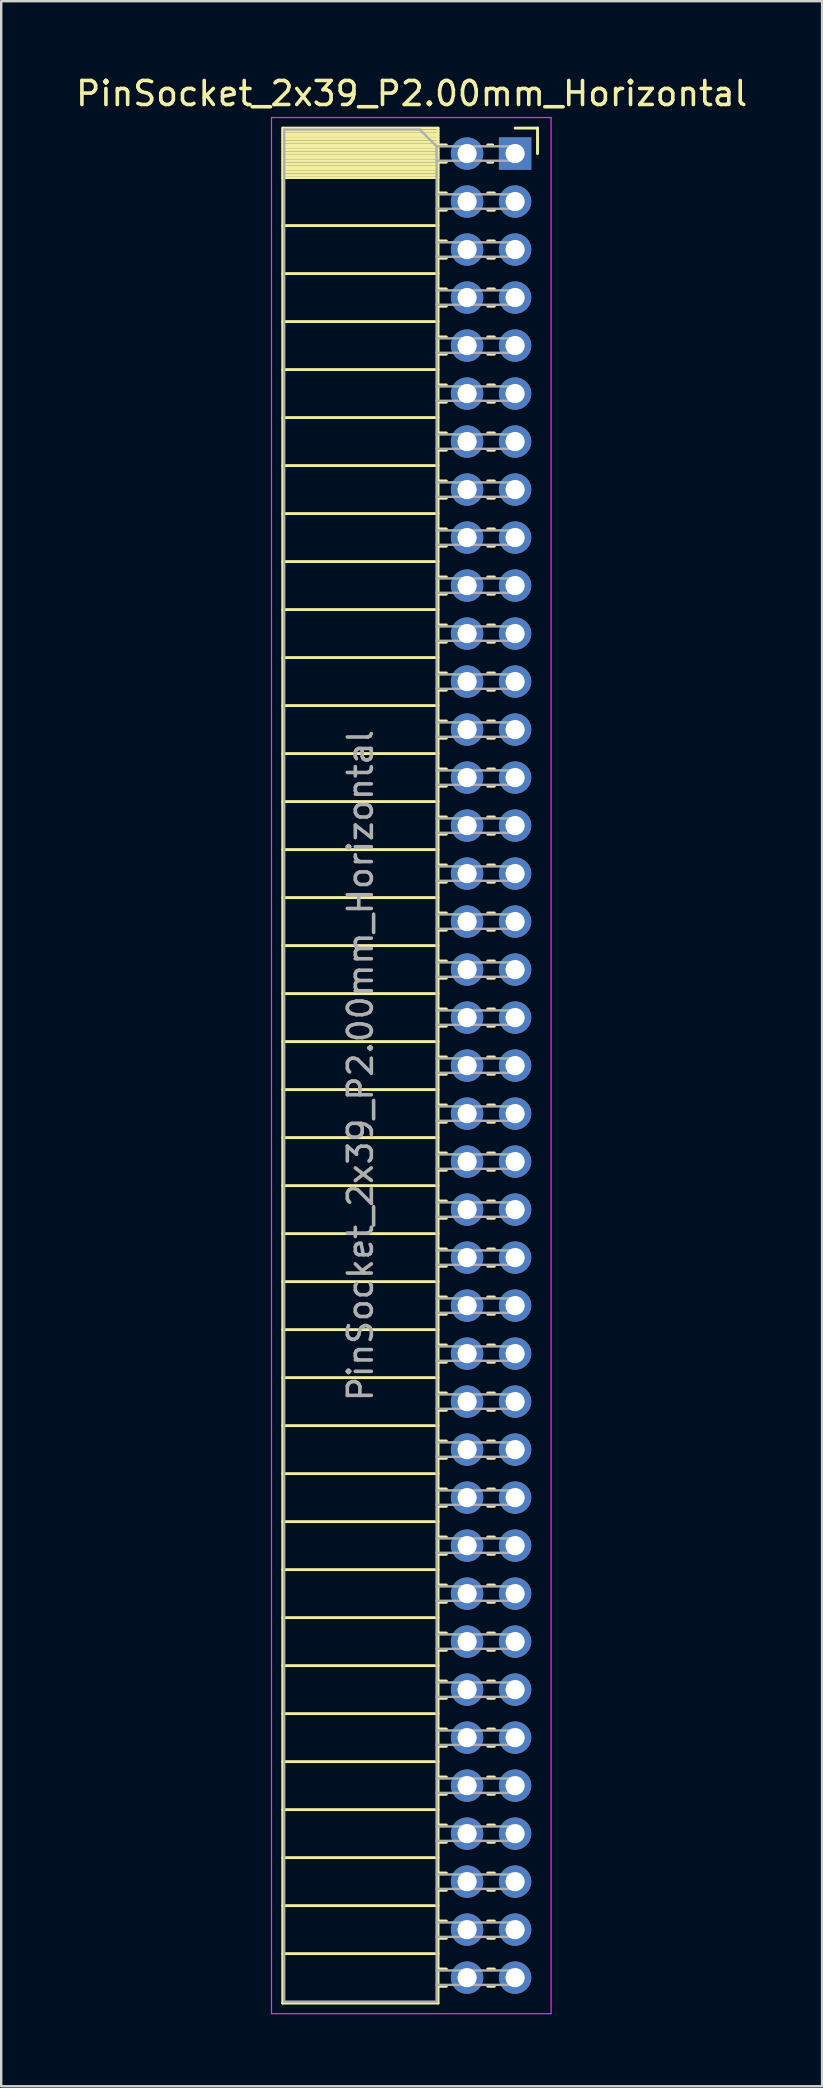
<source format=kicad_pcb>
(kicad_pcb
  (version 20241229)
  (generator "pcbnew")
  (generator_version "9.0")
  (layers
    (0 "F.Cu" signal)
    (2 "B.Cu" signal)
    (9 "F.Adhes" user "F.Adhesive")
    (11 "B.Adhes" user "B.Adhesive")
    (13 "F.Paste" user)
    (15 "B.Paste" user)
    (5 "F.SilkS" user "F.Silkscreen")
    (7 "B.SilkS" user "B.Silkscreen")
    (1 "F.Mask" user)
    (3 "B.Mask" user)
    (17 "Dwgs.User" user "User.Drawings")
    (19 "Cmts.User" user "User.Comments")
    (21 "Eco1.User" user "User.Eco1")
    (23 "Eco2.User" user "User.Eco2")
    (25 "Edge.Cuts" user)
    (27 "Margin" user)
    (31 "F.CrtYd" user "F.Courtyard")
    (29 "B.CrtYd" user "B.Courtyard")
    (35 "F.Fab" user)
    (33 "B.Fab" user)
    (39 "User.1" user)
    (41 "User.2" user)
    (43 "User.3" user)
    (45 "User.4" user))
  (footprint "PinSocket_2x39_P2.00mm_Horizontal"
    (layer "F.Cu")
    (at 18.411 3.348)
    (property "Reference" "PinSocket_2x39_P2.00mm_Horizontal" (at -4.31 -2.5 0) (layer "F.SilkS") (effects (font (size 1 1) (thickness 0.15))))
    (attr through_hole)
    (fp_line (start -9.68 -1.06) (end -9.68 77.06) (stroke (width 0.12) (type solid)) (layer "F.SilkS"))
    (fp_line (start -9.68 -1.06) (end -3.21 -1.06) (stroke (width 0.12) (type solid)) (layer "F.SilkS"))
    (fp_line (start -9.68 -0.94) (end -3.21 -0.94) (stroke (width 0.12) (type solid)) (layer "F.SilkS"))
    (fp_line (start -9.68 -0.826) (end -3.21 -0.826) (stroke (width 0.12) (type solid)) (layer "F.SilkS"))
    (fp_line (start -9.68 -0.712) (end -3.21 -0.712) (stroke (width 0.12) (type solid)) (layer "F.SilkS"))
    (fp_line (start -9.68 -0.598) (end -3.21 -0.598) (stroke (width 0.12) (type solid)) (layer "F.SilkS"))
    (fp_line (start -9.68 -0.484) (end -3.21 -0.484) (stroke (width 0.12) (type solid)) (layer "F.SilkS"))
    (fp_line (start -9.68 -0.369) (end -3.21 -0.369) (stroke (width 0.12) (type solid)) (layer "F.SilkS"))
    (fp_line (start -9.68 -0.255) (end -3.21 -0.255) (stroke (width 0.12) (type solid)) (layer "F.SilkS"))
    (fp_line (start -9.68 -0.141) (end -3.21 -0.141) (stroke (width 0.12) (type solid)) (layer "F.SilkS"))
    (fp_line (start -9.68 -0.027) (end -3.21 -0.027) (stroke (width 0.12) (type solid)) (layer "F.SilkS"))
    (fp_line (start -9.68 0.087) (end -3.21 0.087) (stroke (width 0.12) (type solid)) (layer "F.SilkS"))
    (fp_line (start -9.68 0.201) (end -3.21 0.201) (stroke (width 0.12) (type solid)) (layer "F.SilkS"))
    (fp_line (start -9.68 0.315) (end -3.21 0.315) (stroke (width 0.12) (type solid)) (layer "F.SilkS"))
    (fp_line (start -9.68 0.429) (end -3.21 0.429) (stroke (width 0.12) (type solid)) (layer "F.SilkS"))
    (fp_line (start -9.68 0.544) (end -3.21 0.544) (stroke (width 0.12) (type solid)) (layer "F.SilkS"))
    (fp_line (start -9.68 0.658) (end -3.21 0.658) (stroke (width 0.12) (type solid)) (layer "F.SilkS"))
    (fp_line (start -9.68 0.772) (end -3.21 0.772) (stroke (width 0.12) (type solid)) (layer "F.SilkS"))
    (fp_line (start -9.68 0.886) (end -3.21 0.886) (stroke (width 0.12) (type solid)) (layer "F.SilkS"))
    (fp_line (start -9.68 1) (end -3.21 1) (stroke (width 0.12) (type solid)) (layer "F.SilkS"))
    (fp_line (start -9.68 3) (end -3.21 3) (stroke (width 0.12) (type solid)) (layer "F.SilkS"))
    (fp_line (start -9.68 5) (end -3.21 5) (stroke (width 0.12) (type solid)) (layer "F.SilkS"))
    (fp_line (start -9.68 7) (end -3.21 7) (stroke (width 0.12) (type solid)) (layer "F.SilkS"))
    (fp_line (start -9.68 9) (end -3.21 9) (stroke (width 0.12) (type solid)) (layer "F.SilkS"))
    (fp_line (start -9.68 11) (end -3.21 11) (stroke (width 0.12) (type solid)) (layer "F.SilkS"))
    (fp_line (start -9.68 13) (end -3.21 13) (stroke (width 0.12) (type solid)) (layer "F.SilkS"))
    (fp_line (start -9.68 15) (end -3.21 15) (stroke (width 0.12) (type solid)) (layer "F.SilkS"))
    (fp_line (start -9.68 17) (end -3.21 17) (stroke (width 0.12) (type solid)) (layer "F.SilkS"))
    (fp_line (start -9.68 19) (end -3.21 19) (stroke (width 0.12) (type solid)) (layer "F.SilkS"))
    (fp_line (start -9.68 21) (end -3.21 21) (stroke (width 0.12) (type solid)) (layer "F.SilkS"))
    (fp_line (start -9.68 23) (end -3.21 23) (stroke (width 0.12) (type solid)) (layer "F.SilkS"))
    (fp_line (start -9.68 25) (end -3.21 25) (stroke (width 0.12) (type solid)) (layer "F.SilkS"))
    (fp_line (start -9.68 27) (end -3.21 27) (stroke (width 0.12) (type solid)) (layer "F.SilkS"))
    (fp_line (start -9.68 29) (end -3.21 29) (stroke (width 0.12) (type solid)) (layer "F.SilkS"))
    (fp_line (start -9.68 31) (end -3.21 31) (stroke (width 0.12) (type solid)) (layer "F.SilkS"))
    (fp_line (start -9.68 33) (end -3.21 33) (stroke (width 0.12) (type solid)) (layer "F.SilkS"))
    (fp_line (start -9.68 35) (end -3.21 35) (stroke (width 0.12) (type solid)) (layer "F.SilkS"))
    (fp_line (start -9.68 37) (end -3.21 37) (stroke (width 0.12) (type solid)) (layer "F.SilkS"))
    (fp_line (start -9.68 39) (end -3.21 39) (stroke (width 0.12) (type solid)) (layer "F.SilkS"))
    (fp_line (start -9.68 41) (end -3.21 41) (stroke (width 0.12) (type solid)) (layer "F.SilkS"))
    (fp_line (start -9.68 43) (end -3.21 43) (stroke (width 0.12) (type solid)) (layer "F.SilkS"))
    (fp_line (start -9.68 45) (end -3.21 45) (stroke (width 0.12) (type solid)) (layer "F.SilkS"))
    (fp_line (start -9.68 47) (end -3.21 47) (stroke (width 0.12) (type solid)) (layer "F.SilkS"))
    (fp_line (start -9.68 49) (end -3.21 49) (stroke (width 0.12) (type solid)) (layer "F.SilkS"))
    (fp_line (start -9.68 51) (end -3.21 51) (stroke (width 0.12) (type solid)) (layer "F.SilkS"))
    (fp_line (start -9.68 53) (end -3.21 53) (stroke (width 0.12) (type solid)) (layer "F.SilkS"))
    (fp_line (start -9.68 55) (end -3.21 55) (stroke (width 0.12) (type solid)) (layer "F.SilkS"))
    (fp_line (start -9.68 57) (end -3.21 57) (stroke (width 0.12) (type solid)) (layer "F.SilkS"))
    (fp_line (start -9.68 59) (end -3.21 59) (stroke (width 0.12) (type solid)) (layer "F.SilkS"))
    (fp_line (start -9.68 61) (end -3.21 61) (stroke (width 0.12) (type solid)) (layer "F.SilkS"))
    (fp_line (start -9.68 63) (end -3.21 63) (stroke (width 0.12) (type solid)) (layer "F.SilkS"))
    (fp_line (start -9.68 65) (end -3.21 65) (stroke (width 0.12) (type solid)) (layer "F.SilkS"))
    (fp_line (start -9.68 67) (end -3.21 67) (stroke (width 0.12) (type solid)) (layer "F.SilkS"))
    (fp_line (start -9.68 69) (end -3.21 69) (stroke (width 0.12) (type solid)) (layer "F.SilkS"))
    (fp_line (start -9.68 71) (end -3.21 71) (stroke (width 0.12) (type solid)) (layer "F.SilkS"))
    (fp_line (start -9.68 73) (end -3.21 73) (stroke (width 0.12) (type solid)) (layer "F.SilkS"))
    (fp_line (start -9.68 75) (end -3.21 75) (stroke (width 0.12) (type solid)) (layer "F.SilkS"))
    (fp_line (start -9.68 77.06) (end -3.21 77.06) (stroke (width 0.12) (type solid)) (layer "F.SilkS"))
    (fp_line (start -3.21 -1.06) (end -3.21 77.06) (stroke (width 0.12) (type solid)) (layer "F.SilkS"))
    (fp_line (start -3.21 -0.36) (end -2.863 -0.36) (stroke (width 0.12) (type solid)) (layer "F.SilkS"))
    (fp_line (start -3.21 0.36) (end -2.863 0.36) (stroke (width 0.12) (type solid)) (layer "F.SilkS"))
    (fp_line (start -3.21 1.64) (end -2.863 1.64) (stroke (width 0.12) (type solid)) (layer "F.SilkS"))
    (fp_line (start -3.21 2.36) (end -2.863 2.36) (stroke (width 0.12) (type solid)) (layer "F.SilkS"))
    (fp_line (start -3.21 3.64) (end -2.863 3.64) (stroke (width 0.12) (type solid)) (layer "F.SilkS"))
    (fp_line (start -3.21 4.36) (end -2.863 4.36) (stroke (width 0.12) (type solid)) (layer "F.SilkS"))
    (fp_line (start -3.21 5.64) (end -2.863 5.64) (stroke (width 0.12) (type solid)) (layer "F.SilkS"))
    (fp_line (start -3.21 6.36) (end -2.863 6.36) (stroke (width 0.12) (type solid)) (layer "F.SilkS"))
    (fp_line (start -3.21 7.64) (end -2.863 7.64) (stroke (width 0.12) (type solid)) (layer "F.SilkS"))
    (fp_line (start -3.21 8.36) (end -2.863 8.36) (stroke (width 0.12) (type solid)) (layer "F.SilkS"))
    (fp_line (start -3.21 9.64) (end -2.863 9.64) (stroke (width 0.12) (type solid)) (layer "F.SilkS"))
    (fp_line (start -3.21 10.36) (end -2.863 10.36) (stroke (width 0.12) (type solid)) (layer "F.SilkS"))
    (fp_line (start -3.21 11.64) (end -2.863 11.64) (stroke (width 0.12) (type solid)) (layer "F.SilkS"))
    (fp_line (start -3.21 12.36) (end -2.863 12.36) (stroke (width 0.12) (type solid)) (layer "F.SilkS"))
    (fp_line (start -3.21 13.64) (end -2.863 13.64) (stroke (width 0.12) (type solid)) (layer "F.SilkS"))
    (fp_line (start -3.21 14.36) (end -2.863 14.36) (stroke (width 0.12) (type solid)) (layer "F.SilkS"))
    (fp_line (start -3.21 15.64) (end -2.863 15.64) (stroke (width 0.12) (type solid)) (layer "F.SilkS"))
    (fp_line (start -3.21 16.36) (end -2.863 16.36) (stroke (width 0.12) (type solid)) (layer "F.SilkS"))
    (fp_line (start -3.21 17.64) (end -2.863 17.64) (stroke (width 0.12) (type solid)) (layer "F.SilkS"))
    (fp_line (start -3.21 18.36) (end -2.863 18.36) (stroke (width 0.12) (type solid)) (layer "F.SilkS"))
    (fp_line (start -3.21 19.64) (end -2.863 19.64) (stroke (width 0.12) (type solid)) (layer "F.SilkS"))
    (fp_line (start -3.21 20.36) (end -2.863 20.36) (stroke (width 0.12) (type solid)) (layer "F.SilkS"))
    (fp_line (start -3.21 21.64) (end -2.863 21.64) (stroke (width 0.12) (type solid)) (layer "F.SilkS"))
    (fp_line (start -3.21 22.36) (end -2.863 22.36) (stroke (width 0.12) (type solid)) (layer "F.SilkS"))
    (fp_line (start -3.21 23.64) (end -2.863 23.64) (stroke (width 0.12) (type solid)) (layer "F.SilkS"))
    (fp_line (start -3.21 24.36) (end -2.863 24.36) (stroke (width 0.12) (type solid)) (layer "F.SilkS"))
    (fp_line (start -3.21 25.64) (end -2.863 25.64) (stroke (width 0.12) (type solid)) (layer "F.SilkS"))
    (fp_line (start -3.21 26.36) (end -2.863 26.36) (stroke (width 0.12) (type solid)) (layer "F.SilkS"))
    (fp_line (start -3.21 27.64) (end -2.863 27.64) (stroke (width 0.12) (type solid)) (layer "F.SilkS"))
    (fp_line (start -3.21 28.36) (end -2.863 28.36) (stroke (width 0.12) (type solid)) (layer "F.SilkS"))
    (fp_line (start -3.21 29.64) (end -2.863 29.64) (stroke (width 0.12) (type solid)) (layer "F.SilkS"))
    (fp_line (start -3.21 30.36) (end -2.863 30.36) (stroke (width 0.12) (type solid)) (layer "F.SilkS"))
    (fp_line (start -3.21 31.64) (end -2.863 31.64) (stroke (width 0.12) (type solid)) (layer "F.SilkS"))
    (fp_line (start -3.21 32.36) (end -2.863 32.36) (stroke (width 0.12) (type solid)) (layer "F.SilkS"))
    (fp_line (start -3.21 33.64) (end -2.863 33.64) (stroke (width 0.12) (type solid)) (layer "F.SilkS"))
    (fp_line (start -3.21 34.36) (end -2.863 34.36) (stroke (width 0.12) (type solid)) (layer "F.SilkS"))
    (fp_line (start -3.21 35.64) (end -2.863 35.64) (stroke (width 0.12) (type solid)) (layer "F.SilkS"))
    (fp_line (start -3.21 36.36) (end -2.863 36.36) (stroke (width 0.12) (type solid)) (layer "F.SilkS"))
    (fp_line (start -3.21 37.64) (end -2.863 37.64) (stroke (width 0.12) (type solid)) (layer "F.SilkS"))
    (fp_line (start -3.21 38.36) (end -2.863 38.36) (stroke (width 0.12) (type solid)) (layer "F.SilkS"))
    (fp_line (start -3.21 39.64) (end -2.863 39.64) (stroke (width 0.12) (type solid)) (layer "F.SilkS"))
    (fp_line (start -3.21 40.36) (end -2.863 40.36) (stroke (width 0.12) (type solid)) (layer "F.SilkS"))
    (fp_line (start -3.21 41.64) (end -2.863 41.64) (stroke (width 0.12) (type solid)) (layer "F.SilkS"))
    (fp_line (start -3.21 42.36) (end -2.863 42.36) (stroke (width 0.12) (type solid)) (layer "F.SilkS"))
    (fp_line (start -3.21 43.64) (end -2.863 43.64) (stroke (width 0.12) (type solid)) (layer "F.SilkS"))
    (fp_line (start -3.21 44.36) (end -2.863 44.36) (stroke (width 0.12) (type solid)) (layer "F.SilkS"))
    (fp_line (start -3.21 45.64) (end -2.863 45.64) (stroke (width 0.12) (type solid)) (layer "F.SilkS"))
    (fp_line (start -3.21 46.36) (end -2.863 46.36) (stroke (width 0.12) (type solid)) (layer "F.SilkS"))
    (fp_line (start -3.21 47.64) (end -2.863 47.64) (stroke (width 0.12) (type solid)) (layer "F.SilkS"))
    (fp_line (start -3.21 48.36) (end -2.863 48.36) (stroke (width 0.12) (type solid)) (layer "F.SilkS"))
    (fp_line (start -3.21 49.64) (end -2.863 49.64) (stroke (width 0.12) (type solid)) (layer "F.SilkS"))
    (fp_line (start -3.21 50.36) (end -2.863 50.36) (stroke (width 0.12) (type solid)) (layer "F.SilkS"))
    (fp_line (start -3.21 51.64) (end -2.863 51.64) (stroke (width 0.12) (type solid)) (layer "F.SilkS"))
    (fp_line (start -3.21 52.36) (end -2.863 52.36) (stroke (width 0.12) (type solid)) (layer "F.SilkS"))
    (fp_line (start -3.21 53.64) (end -2.863 53.64) (stroke (width 0.12) (type solid)) (layer "F.SilkS"))
    (fp_line (start -3.21 54.36) (end -2.863 54.36) (stroke (width 0.12) (type solid)) (layer "F.SilkS"))
    (fp_line (start -3.21 55.64) (end -2.863 55.64) (stroke (width 0.12) (type solid)) (layer "F.SilkS"))
    (fp_line (start -3.21 56.36) (end -2.863 56.36) (stroke (width 0.12) (type solid)) (layer "F.SilkS"))
    (fp_line (start -3.21 57.64) (end -2.863 57.64) (stroke (width 0.12) (type solid)) (layer "F.SilkS"))
    (fp_line (start -3.21 58.36) (end -2.863 58.36) (stroke (width 0.12) (type solid)) (layer "F.SilkS"))
    (fp_line (start -3.21 59.64) (end -2.863 59.64) (stroke (width 0.12) (type solid)) (layer "F.SilkS"))
    (fp_line (start -3.21 60.36) (end -2.863 60.36) (stroke (width 0.12) (type solid)) (layer "F.SilkS"))
    (fp_line (start -3.21 61.64) (end -2.863 61.64) (stroke (width 0.12) (type solid)) (layer "F.SilkS"))
    (fp_line (start -3.21 62.36) (end -2.863 62.36) (stroke (width 0.12) (type solid)) (layer "F.SilkS"))
    (fp_line (start -3.21 63.64) (end -2.863 63.64) (stroke (width 0.12) (type solid)) (layer "F.SilkS"))
    (fp_line (start -3.21 64.36) (end -2.863 64.36) (stroke (width 0.12) (type solid)) (layer "F.SilkS"))
    (fp_line (start -3.21 65.64) (end -2.863 65.64) (stroke (width 0.12) (type solid)) (layer "F.SilkS"))
    (fp_line (start -3.21 66.36) (end -2.863 66.36) (stroke (width 0.12) (type solid)) (layer "F.SilkS"))
    (fp_line (start -3.21 67.64) (end -2.863 67.64) (stroke (width 0.12) (type solid)) (layer "F.SilkS"))
    (fp_line (start -3.21 68.36) (end -2.863 68.36) (stroke (width 0.12) (type solid)) (layer "F.SilkS"))
    (fp_line (start -3.21 69.64) (end -2.863 69.64) (stroke (width 0.12) (type solid)) (layer "F.SilkS"))
    (fp_line (start -3.21 70.36) (end -2.863 70.36) (stroke (width 0.12) (type solid)) (layer "F.SilkS"))
    (fp_line (start -3.21 71.64) (end -2.863 71.64) (stroke (width 0.12) (type solid)) (layer "F.SilkS"))
    (fp_line (start -3.21 72.36) (end -2.863 72.36) (stroke (width 0.12) (type solid)) (layer "F.SilkS"))
    (fp_line (start -3.21 73.64) (end -2.863 73.64) (stroke (width 0.12) (type solid)) (layer "F.SilkS"))
    (fp_line (start -3.21 74.36) (end -2.863 74.36) (stroke (width 0.12) (type solid)) (layer "F.SilkS"))
    (fp_line (start -3.21 75.64) (end -2.863 75.64) (stroke (width 0.12) (type solid)) (layer "F.SilkS"))
    (fp_line (start -3.21 76.36) (end -2.863 76.36) (stroke (width 0.12) (type solid)) (layer "F.SilkS"))
    (fp_line (start -1.137 -0.36) (end -0.935 -0.36) (stroke (width 0.12) (type solid)) (layer "F.SilkS"))
    (fp_line (start -1.137 0.36) (end -0.935 0.36) (stroke (width 0.12) (type solid)) (layer "F.SilkS"))
    (fp_line (start -1.137 1.64) (end -0.863 1.64) (stroke (width 0.12) (type solid)) (layer "F.SilkS"))
    (fp_line (start -1.137 2.36) (end -0.863 2.36) (stroke (width 0.12) (type solid)) (layer "F.SilkS"))
    (fp_line (start -1.137 3.64) (end -0.863 3.64) (stroke (width 0.12) (type solid)) (layer "F.SilkS"))
    (fp_line (start -1.137 4.36) (end -0.863 4.36) (stroke (width 0.12) (type solid)) (layer "F.SilkS"))
    (fp_line (start -1.137 5.64) (end -0.863 5.64) (stroke (width 0.12) (type solid)) (layer "F.SilkS"))
    (fp_line (start -1.137 6.36) (end -0.863 6.36) (stroke (width 0.12) (type solid)) (layer "F.SilkS"))
    (fp_line (start -1.137 7.64) (end -0.863 7.64) (stroke (width 0.12) (type solid)) (layer "F.SilkS"))
    (fp_line (start -1.137 8.36) (end -0.863 8.36) (stroke (width 0.12) (type solid)) (layer "F.SilkS"))
    (fp_line (start -1.137 9.64) (end -0.863 9.64) (stroke (width 0.12) (type solid)) (layer "F.SilkS"))
    (fp_line (start -1.137 10.36) (end -0.863 10.36) (stroke (width 0.12) (type solid)) (layer "F.SilkS"))
    (fp_line (start -1.137 11.64) (end -0.863 11.64) (stroke (width 0.12) (type solid)) (layer "F.SilkS"))
    (fp_line (start -1.137 12.36) (end -0.863 12.36) (stroke (width 0.12) (type solid)) (layer "F.SilkS"))
    (fp_line (start -1.137 13.64) (end -0.863 13.64) (stroke (width 0.12) (type solid)) (layer "F.SilkS"))
    (fp_line (start -1.137 14.36) (end -0.863 14.36) (stroke (width 0.12) (type solid)) (layer "F.SilkS"))
    (fp_line (start -1.137 15.64) (end -0.863 15.64) (stroke (width 0.12) (type solid)) (layer "F.SilkS"))
    (fp_line (start -1.137 16.36) (end -0.863 16.36) (stroke (width 0.12) (type solid)) (layer "F.SilkS"))
    (fp_line (start -1.137 17.64) (end -0.863 17.64) (stroke (width 0.12) (type solid)) (layer "F.SilkS"))
    (fp_line (start -1.137 18.36) (end -0.863 18.36) (stroke (width 0.12) (type solid)) (layer "F.SilkS"))
    (fp_line (start -1.137 19.64) (end -0.863 19.64) (stroke (width 0.12) (type solid)) (layer "F.SilkS"))
    (fp_line (start -1.137 20.36) (end -0.863 20.36) (stroke (width 0.12) (type solid)) (layer "F.SilkS"))
    (fp_line (start -1.137 21.64) (end -0.863 21.64) (stroke (width 0.12) (type solid)) (layer "F.SilkS"))
    (fp_line (start -1.137 22.36) (end -0.863 22.36) (stroke (width 0.12) (type solid)) (layer "F.SilkS"))
    (fp_line (start -1.137 23.64) (end -0.863 23.64) (stroke (width 0.12) (type solid)) (layer "F.SilkS"))
    (fp_line (start -1.137 24.36) (end -0.863 24.36) (stroke (width 0.12) (type solid)) (layer "F.SilkS"))
    (fp_line (start -1.137 25.64) (end -0.863 25.64) (stroke (width 0.12) (type solid)) (layer "F.SilkS"))
    (fp_line (start -1.137 26.36) (end -0.863 26.36) (stroke (width 0.12) (type solid)) (layer "F.SilkS"))
    (fp_line (start -1.137 27.64) (end -0.863 27.64) (stroke (width 0.12) (type solid)) (layer "F.SilkS"))
    (fp_line (start -1.137 28.36) (end -0.863 28.36) (stroke (width 0.12) (type solid)) (layer "F.SilkS"))
    (fp_line (start -1.137 29.64) (end -0.863 29.64) (stroke (width 0.12) (type solid)) (layer "F.SilkS"))
    (fp_line (start -1.137 30.36) (end -0.863 30.36) (stroke (width 0.12) (type solid)) (layer "F.SilkS"))
    (fp_line (start -1.137 31.64) (end -0.863 31.64) (stroke (width 0.12) (type solid)) (layer "F.SilkS"))
    (fp_line (start -1.137 32.36) (end -0.863 32.36) (stroke (width 0.12) (type solid)) (layer "F.SilkS"))
    (fp_line (start -1.137 33.64) (end -0.863 33.64) (stroke (width 0.12) (type solid)) (layer "F.SilkS"))
    (fp_line (start -1.137 34.36) (end -0.863 34.36) (stroke (width 0.12) (type solid)) (layer "F.SilkS"))
    (fp_line (start -1.137 35.64) (end -0.863 35.64) (stroke (width 0.12) (type solid)) (layer "F.SilkS"))
    (fp_line (start -1.137 36.36) (end -0.863 36.36) (stroke (width 0.12) (type solid)) (layer "F.SilkS"))
    (fp_line (start -1.137 37.64) (end -0.863 37.64) (stroke (width 0.12) (type solid)) (layer "F.SilkS"))
    (fp_line (start -1.137 38.36) (end -0.863 38.36) (stroke (width 0.12) (type solid)) (layer "F.SilkS"))
    (fp_line (start -1.137 39.64) (end -0.863 39.64) (stroke (width 0.12) (type solid)) (layer "F.SilkS"))
    (fp_line (start -1.137 40.36) (end -0.863 40.36) (stroke (width 0.12) (type solid)) (layer "F.SilkS"))
    (fp_line (start -1.137 41.64) (end -0.863 41.64) (stroke (width 0.12) (type solid)) (layer "F.SilkS"))
    (fp_line (start -1.137 42.36) (end -0.863 42.36) (stroke (width 0.12) (type solid)) (layer "F.SilkS"))
    (fp_line (start -1.137 43.64) (end -0.863 43.64) (stroke (width 0.12) (type solid)) (layer "F.SilkS"))
    (fp_line (start -1.137 44.36) (end -0.863 44.36) (stroke (width 0.12) (type solid)) (layer "F.SilkS"))
    (fp_line (start -1.137 45.64) (end -0.863 45.64) (stroke (width 0.12) (type solid)) (layer "F.SilkS"))
    (fp_line (start -1.137 46.36) (end -0.863 46.36) (stroke (width 0.12) (type solid)) (layer "F.SilkS"))
    (fp_line (start -1.137 47.64) (end -0.863 47.64) (stroke (width 0.12) (type solid)) (layer "F.SilkS"))
    (fp_line (start -1.137 48.36) (end -0.863 48.36) (stroke (width 0.12) (type solid)) (layer "F.SilkS"))
    (fp_line (start -1.137 49.64) (end -0.863 49.64) (stroke (width 0.12) (type solid)) (layer "F.SilkS"))
    (fp_line (start -1.137 50.36) (end -0.863 50.36) (stroke (width 0.12) (type solid)) (layer "F.SilkS"))
    (fp_line (start -1.137 51.64) (end -0.863 51.64) (stroke (width 0.12) (type solid)) (layer "F.SilkS"))
    (fp_line (start -1.137 52.36) (end -0.863 52.36) (stroke (width 0.12) (type solid)) (layer "F.SilkS"))
    (fp_line (start -1.137 53.64) (end -0.863 53.64) (stroke (width 0.12) (type solid)) (layer "F.SilkS"))
    (fp_line (start -1.137 54.36) (end -0.863 54.36) (stroke (width 0.12) (type solid)) (layer "F.SilkS"))
    (fp_line (start -1.137 55.64) (end -0.863 55.64) (stroke (width 0.12) (type solid)) (layer "F.SilkS"))
    (fp_line (start -1.137 56.36) (end -0.863 56.36) (stroke (width 0.12) (type solid)) (layer "F.SilkS"))
    (fp_line (start -1.137 57.64) (end -0.863 57.64) (stroke (width 0.12) (type solid)) (layer "F.SilkS"))
    (fp_line (start -1.137 58.36) (end -0.863 58.36) (stroke (width 0.12) (type solid)) (layer "F.SilkS"))
    (fp_line (start -1.137 59.64) (end -0.863 59.64) (stroke (width 0.12) (type solid)) (layer "F.SilkS"))
    (fp_line (start -1.137 60.36) (end -0.863 60.36) (stroke (width 0.12) (type solid)) (layer "F.SilkS"))
    (fp_line (start -1.137 61.64) (end -0.863 61.64) (stroke (width 0.12) (type solid)) (layer "F.SilkS"))
    (fp_line (start -1.137 62.36) (end -0.863 62.36) (stroke (width 0.12) (type solid)) (layer "F.SilkS"))
    (fp_line (start -1.137 63.64) (end -0.863 63.64) (stroke (width 0.12) (type solid)) (layer "F.SilkS"))
    (fp_line (start -1.137 64.36) (end -0.863 64.36) (stroke (width 0.12) (type solid)) (layer "F.SilkS"))
    (fp_line (start -1.137 65.64) (end -0.863 65.64) (stroke (width 0.12) (type solid)) (layer "F.SilkS"))
    (fp_line (start -1.137 66.36) (end -0.863 66.36) (stroke (width 0.12) (type solid)) (layer "F.SilkS"))
    (fp_line (start -1.137 67.64) (end -0.863 67.64) (stroke (width 0.12) (type solid)) (layer "F.SilkS"))
    (fp_line (start -1.137 68.36) (end -0.863 68.36) (stroke (width 0.12) (type solid)) (layer "F.SilkS"))
    (fp_line (start -1.137 69.64) (end -0.863 69.64) (stroke (width 0.12) (type solid)) (layer "F.SilkS"))
    (fp_line (start -1.137 70.36) (end -0.863 70.36) (stroke (width 0.12) (type solid)) (layer "F.SilkS"))
    (fp_line (start -1.137 71.64) (end -0.863 71.64) (stroke (width 0.12) (type solid)) (layer "F.SilkS"))
    (fp_line (start -1.137 72.36) (end -0.863 72.36) (stroke (width 0.12) (type solid)) (layer "F.SilkS"))
    (fp_line (start -1.137 73.64) (end -0.863 73.64) (stroke (width 0.12) (type solid)) (layer "F.SilkS"))
    (fp_line (start -1.137 74.36) (end -0.863 74.36) (stroke (width 0.12) (type solid)) (layer "F.SilkS"))
    (fp_line (start -1.137 75.64) (end -0.863 75.64) (stroke (width 0.12) (type solid)) (layer "F.SilkS"))
    (fp_line (start -1.137 76.36) (end -0.863 76.36) (stroke (width 0.12) (type solid)) (layer "F.SilkS"))
    (fp_line (start 0 -1.06) (end 0.935 -1.06) (stroke (width 0.12) (type solid)) (layer "F.SilkS"))
    (fp_line (start 0.935 -1.06) (end 0.935 0) (stroke (width 0.12) (type solid)) (layer "F.SilkS"))
    (fp_line (start -10.15 -1.5) (end -10.15 77.5) (stroke (width 0.05) (type solid)) (layer "F.CrtYd"))
    (fp_line (start -10.15 77.5) (end 1.5 77.5) (stroke (width 0.05) (type solid)) (layer "F.CrtYd"))
    (fp_line (start 1.5 -1.5) (end -10.15 -1.5) (stroke (width 0.05) (type solid)) (layer "F.CrtYd"))
    (fp_line (start 1.5 77.5) (end 1.5 -1.5) (stroke (width 0.05) (type solid)) (layer "F.CrtYd"))
    (fp_line (start -9.62 -1) (end -3.97 -1) (stroke (width 0.1) (type solid)) (layer "F.Fab"))
    (fp_line (start -9.62 77) (end -9.62 -1) (stroke (width 0.1) (type solid)) (layer "F.Fab"))
    (fp_line (start -3.97 -1) (end -3.27 -0.3) (stroke (width 0.1) (type solid)) (layer "F.Fab"))
    (fp_line (start -3.27 -0.3) (end -3.27 77) (stroke (width 0.1) (type solid)) (layer "F.Fab"))
    (fp_line (start -3.27 0.3) (end 0 0.3) (stroke (width 0.1) (type solid)) (layer "F.Fab"))
    (fp_line (start -3.27 2.3) (end 0 2.3) (stroke (width 0.1) (type solid)) (layer "F.Fab"))
    (fp_line (start -3.27 4.3) (end 0 4.3) (stroke (width 0.1) (type solid)) (layer "F.Fab"))
    (fp_line (start -3.27 6.3) (end 0 6.3) (stroke (width 0.1) (type solid)) (layer "F.Fab"))
    (fp_line (start -3.27 8.3) (end 0 8.3) (stroke (width 0.1) (type solid)) (layer "F.Fab"))
    (fp_line (start -3.27 10.3) (end 0 10.3) (stroke (width 0.1) (type solid)) (layer "F.Fab"))
    (fp_line (start -3.27 12.3) (end 0 12.3) (stroke (width 0.1) (type solid)) (layer "F.Fab"))
    (fp_line (start -3.27 14.3) (end 0 14.3) (stroke (width 0.1) (type solid)) (layer "F.Fab"))
    (fp_line (start -3.27 16.3) (end 0 16.3) (stroke (width 0.1) (type solid)) (layer "F.Fab"))
    (fp_line (start -3.27 18.3) (end 0 18.3) (stroke (width 0.1) (type solid)) (layer "F.Fab"))
    (fp_line (start -3.27 20.3) (end 0 20.3) (stroke (width 0.1) (type solid)) (layer "F.Fab"))
    (fp_line (start -3.27 22.3) (end 0 22.3) (stroke (width 0.1) (type solid)) (layer "F.Fab"))
    (fp_line (start -3.27 24.3) (end 0 24.3) (stroke (width 0.1) (type solid)) (layer "F.Fab"))
    (fp_line (start -3.27 26.3) (end 0 26.3) (stroke (width 0.1) (type solid)) (layer "F.Fab"))
    (fp_line (start -3.27 28.3) (end 0 28.3) (stroke (width 0.1) (type solid)) (layer "F.Fab"))
    (fp_line (start -3.27 30.3) (end 0 30.3) (stroke (width 0.1) (type solid)) (layer "F.Fab"))
    (fp_line (start -3.27 32.3) (end 0 32.3) (stroke (width 0.1) (type solid)) (layer "F.Fab"))
    (fp_line (start -3.27 34.3) (end 0 34.3) (stroke (width 0.1) (type solid)) (layer "F.Fab"))
    (fp_line (start -3.27 36.3) (end 0 36.3) (stroke (width 0.1) (type solid)) (layer "F.Fab"))
    (fp_line (start -3.27 38.3) (end 0 38.3) (stroke (width 0.1) (type solid)) (layer "F.Fab"))
    (fp_line (start -3.27 40.3) (end 0 40.3) (stroke (width 0.1) (type solid)) (layer "F.Fab"))
    (fp_line (start -3.27 42.3) (end 0 42.3) (stroke (width 0.1) (type solid)) (layer "F.Fab"))
    (fp_line (start -3.27 44.3) (end 0 44.3) (stroke (width 0.1) (type solid)) (layer "F.Fab"))
    (fp_line (start -3.27 46.3) (end 0 46.3) (stroke (width 0.1) (type solid)) (layer "F.Fab"))
    (fp_line (start -3.27 48.3) (end 0 48.3) (stroke (width 0.1) (type solid)) (layer "F.Fab"))
    (fp_line (start -3.27 50.3) (end 0 50.3) (stroke (width 0.1) (type solid)) (layer "F.Fab"))
    (fp_line (start -3.27 52.3) (end 0 52.3) (stroke (width 0.1) (type solid)) (layer "F.Fab"))
    (fp_line (start -3.27 54.3) (end 0 54.3) (stroke (width 0.1) (type solid)) (layer "F.Fab"))
    (fp_line (start -3.27 56.3) (end 0 56.3) (stroke (width 0.1) (type solid)) (layer "F.Fab"))
    (fp_line (start -3.27 58.3) (end 0 58.3) (stroke (width 0.1) (type solid)) (layer "F.Fab"))
    (fp_line (start -3.27 60.3) (end 0 60.3) (stroke (width 0.1) (type solid)) (layer "F.Fab"))
    (fp_line (start -3.27 62.3) (end 0 62.3) (stroke (width 0.1) (type solid)) (layer "F.Fab"))
    (fp_line (start -3.27 64.3) (end 0 64.3) (stroke (width 0.1) (type solid)) (layer "F.Fab"))
    (fp_line (start -3.27 66.3) (end 0 66.3) (stroke (width 0.1) (type solid)) (layer "F.Fab"))
    (fp_line (start -3.27 68.3) (end 0 68.3) (stroke (width 0.1) (type solid)) (layer "F.Fab"))
    (fp_line (start -3.27 70.3) (end 0 70.3) (stroke (width 0.1) (type solid)) (layer "F.Fab"))
    (fp_line (start -3.27 72.3) (end 0 72.3) (stroke (width 0.1) (type solid)) (layer "F.Fab"))
    (fp_line (start -3.27 74.3) (end 0 74.3) (stroke (width 0.1) (type solid)) (layer "F.Fab"))
    (fp_line (start -3.27 76.3) (end 0 76.3) (stroke (width 0.1) (type solid)) (layer "F.Fab"))
    (fp_line (start -3.27 77) (end -9.62 77) (stroke (width 0.1) (type solid)) (layer "F.Fab"))
    (fp_line (start 0 -0.3) (end -3.27 -0.3) (stroke (width 0.1) (type solid)) (layer "F.Fab"))
    (fp_line (start 0 0.3) (end 0 -0.3) (stroke (width 0.1) (type solid)) (layer "F.Fab"))
    (fp_line (start 0 1.7) (end -3.27 1.7) (stroke (width 0.1) (type solid)) (layer "F.Fab"))
    (fp_line (start 0 2.3) (end 0 1.7) (stroke (width 0.1) (type solid)) (layer "F.Fab"))
    (fp_line (start 0 3.7) (end -3.27 3.7) (stroke (width 0.1) (type solid)) (layer "F.Fab"))
    (fp_line (start 0 4.3) (end 0 3.7) (stroke (width 0.1) (type solid)) (layer "F.Fab"))
    (fp_line (start 0 5.7) (end -3.27 5.7) (stroke (width 0.1) (type solid)) (layer "F.Fab"))
    (fp_line (start 0 6.3) (end 0 5.7) (stroke (width 0.1) (type solid)) (layer "F.Fab"))
    (fp_line (start 0 7.7) (end -3.27 7.7) (stroke (width 0.1) (type solid)) (layer "F.Fab"))
    (fp_line (start 0 8.3) (end 0 7.7) (stroke (width 0.1) (type solid)) (layer "F.Fab"))
    (fp_line (start 0 9.7) (end -3.27 9.7) (stroke (width 0.1) (type solid)) (layer "F.Fab"))
    (fp_line (start 0 10.3) (end 0 9.7) (stroke (width 0.1) (type solid)) (layer "F.Fab"))
    (fp_line (start 0 11.7) (end -3.27 11.7) (stroke (width 0.1) (type solid)) (layer "F.Fab"))
    (fp_line (start 0 12.3) (end 0 11.7) (stroke (width 0.1) (type solid)) (layer "F.Fab"))
    (fp_line (start 0 13.7) (end -3.27 13.7) (stroke (width 0.1) (type solid)) (layer "F.Fab"))
    (fp_line (start 0 14.3) (end 0 13.7) (stroke (width 0.1) (type solid)) (layer "F.Fab"))
    (fp_line (start 0 15.7) (end -3.27 15.7) (stroke (width 0.1) (type solid)) (layer "F.Fab"))
    (fp_line (start 0 16.3) (end 0 15.7) (stroke (width 0.1) (type solid)) (layer "F.Fab"))
    (fp_line (start 0 17.7) (end -3.27 17.7) (stroke (width 0.1) (type solid)) (layer "F.Fab"))
    (fp_line (start 0 18.3) (end 0 17.7) (stroke (width 0.1) (type solid)) (layer "F.Fab"))
    (fp_line (start 0 19.7) (end -3.27 19.7) (stroke (width 0.1) (type solid)) (layer "F.Fab"))
    (fp_line (start 0 20.3) (end 0 19.7) (stroke (width 0.1) (type solid)) (layer "F.Fab"))
    (fp_line (start 0 21.7) (end -3.27 21.7) (stroke (width 0.1) (type solid)) (layer "F.Fab"))
    (fp_line (start 0 22.3) (end 0 21.7) (stroke (width 0.1) (type solid)) (layer "F.Fab"))
    (fp_line (start 0 23.7) (end -3.27 23.7) (stroke (width 0.1) (type solid)) (layer "F.Fab"))
    (fp_line (start 0 24.3) (end 0 23.7) (stroke (width 0.1) (type solid)) (layer "F.Fab"))
    (fp_line (start 0 25.7) (end -3.27 25.7) (stroke (width 0.1) (type solid)) (layer "F.Fab"))
    (fp_line (start 0 26.3) (end 0 25.7) (stroke (width 0.1) (type solid)) (layer "F.Fab"))
    (fp_line (start 0 27.7) (end -3.27 27.7) (stroke (width 0.1) (type solid)) (layer "F.Fab"))
    (fp_line (start 0 28.3) (end 0 27.7) (stroke (width 0.1) (type solid)) (layer "F.Fab"))
    (fp_line (start 0 29.7) (end -3.27 29.7) (stroke (width 0.1) (type solid)) (layer "F.Fab"))
    (fp_line (start 0 30.3) (end 0 29.7) (stroke (width 0.1) (type solid)) (layer "F.Fab"))
    (fp_line (start 0 31.7) (end -3.27 31.7) (stroke (width 0.1) (type solid)) (layer "F.Fab"))
    (fp_line (start 0 32.3) (end 0 31.7) (stroke (width 0.1) (type solid)) (layer "F.Fab"))
    (fp_line (start 0 33.7) (end -3.27 33.7) (stroke (width 0.1) (type solid)) (layer "F.Fab"))
    (fp_line (start 0 34.3) (end 0 33.7) (stroke (width 0.1) (type solid)) (layer "F.Fab"))
    (fp_line (start 0 35.7) (end -3.27 35.7) (stroke (width 0.1) (type solid)) (layer "F.Fab"))
    (fp_line (start 0 36.3) (end 0 35.7) (stroke (width 0.1) (type solid)) (layer "F.Fab"))
    (fp_line (start 0 37.7) (end -3.27 37.7) (stroke (width 0.1) (type solid)) (layer "F.Fab"))
    (fp_line (start 0 38.3) (end 0 37.7) (stroke (width 0.1) (type solid)) (layer "F.Fab"))
    (fp_line (start 0 39.7) (end -3.27 39.7) (stroke (width 0.1) (type solid)) (layer "F.Fab"))
    (fp_line (start 0 40.3) (end 0 39.7) (stroke (width 0.1) (type solid)) (layer "F.Fab"))
    (fp_line (start 0 41.7) (end -3.27 41.7) (stroke (width 0.1) (type solid)) (layer "F.Fab"))
    (fp_line (start 0 42.3) (end 0 41.7) (stroke (width 0.1) (type solid)) (layer "F.Fab"))
    (fp_line (start 0 43.7) (end -3.27 43.7) (stroke (width 0.1) (type solid)) (layer "F.Fab"))
    (fp_line (start 0 44.3) (end 0 43.7) (stroke (width 0.1) (type solid)) (layer "F.Fab"))
    (fp_line (start 0 45.7) (end -3.27 45.7) (stroke (width 0.1) (type solid)) (layer "F.Fab"))
    (fp_line (start 0 46.3) (end 0 45.7) (stroke (width 0.1) (type solid)) (layer "F.Fab"))
    (fp_line (start 0 47.7) (end -3.27 47.7) (stroke (width 0.1) (type solid)) (layer "F.Fab"))
    (fp_line (start 0 48.3) (end 0 47.7) (stroke (width 0.1) (type solid)) (layer "F.Fab"))
    (fp_line (start 0 49.7) (end -3.27 49.7) (stroke (width 0.1) (type solid)) (layer "F.Fab"))
    (fp_line (start 0 50.3) (end 0 49.7) (stroke (width 0.1) (type solid)) (layer "F.Fab"))
    (fp_line (start 0 51.7) (end -3.27 51.7) (stroke (width 0.1) (type solid)) (layer "F.Fab"))
    (fp_line (start 0 52.3) (end 0 51.7) (stroke (width 0.1) (type solid)) (layer "F.Fab"))
    (fp_line (start 0 53.7) (end -3.27 53.7) (stroke (width 0.1) (type solid)) (layer "F.Fab"))
    (fp_line (start 0 54.3) (end 0 53.7) (stroke (width 0.1) (type solid)) (layer "F.Fab"))
    (fp_line (start 0 55.7) (end -3.27 55.7) (stroke (width 0.1) (type solid)) (layer "F.Fab"))
    (fp_line (start 0 56.3) (end 0 55.7) (stroke (width 0.1) (type solid)) (layer "F.Fab"))
    (fp_line (start 0 57.7) (end -3.27 57.7) (stroke (width 0.1) (type solid)) (layer "F.Fab"))
    (fp_line (start 0 58.3) (end 0 57.7) (stroke (width 0.1) (type solid)) (layer "F.Fab"))
    (fp_line (start 0 59.7) (end -3.27 59.7) (stroke (width 0.1) (type solid)) (layer "F.Fab"))
    (fp_line (start 0 60.3) (end 0 59.7) (stroke (width 0.1) (type solid)) (layer "F.Fab"))
    (fp_line (start 0 61.7) (end -3.27 61.7) (stroke (width 0.1) (type solid)) (layer "F.Fab"))
    (fp_line (start 0 62.3) (end 0 61.7) (stroke (width 0.1) (type solid)) (layer "F.Fab"))
    (fp_line (start 0 63.7) (end -3.27 63.7) (stroke (width 0.1) (type solid)) (layer "F.Fab"))
    (fp_line (start 0 64.3) (end 0 63.7) (stroke (width 0.1) (type solid)) (layer "F.Fab"))
    (fp_line (start 0 65.7) (end -3.27 65.7) (stroke (width 0.1) (type solid)) (layer "F.Fab"))
    (fp_line (start 0 66.3) (end 0 65.7) (stroke (width 0.1) (type solid)) (layer "F.Fab"))
    (fp_line (start 0 67.7) (end -3.27 67.7) (stroke (width 0.1) (type solid)) (layer "F.Fab"))
    (fp_line (start 0 68.3) (end 0 67.7) (stroke (width 0.1) (type solid)) (layer "F.Fab"))
    (fp_line (start 0 69.7) (end -3.27 69.7) (stroke (width 0.1) (type solid)) (layer "F.Fab"))
    (fp_line (start 0 70.3) (end 0 69.7) (stroke (width 0.1) (type solid)) (layer "F.Fab"))
    (fp_line (start 0 71.7) (end -3.27 71.7) (stroke (width 0.1) (type solid)) (layer "F.Fab"))
    (fp_line (start 0 72.3) (end 0 71.7) (stroke (width 0.1) (type solid)) (layer "F.Fab"))
    (fp_line (start 0 73.7) (end -3.27 73.7) (stroke (width 0.1) (type solid)) (layer "F.Fab"))
    (fp_line (start 0 74.3) (end 0 73.7) (stroke (width 0.1) (type solid)) (layer "F.Fab"))
    (fp_line (start 0 75.7) (end -3.27 75.7) (stroke (width 0.1) (type solid)) (layer "F.Fab"))
    (fp_line (start 0 76.3) (end 0 75.7) (stroke (width 0.1) (type solid)) (layer "F.Fab"))
    (fp_text user "${REFERENCE}" (at -6.445 38 90) (layer "F.Fab") (effects (font (size 1 1) (thickness 0.15))))
    (pad "1" thru_hole rect (at 0 0) (size 1.35 1.35) (drill 0.8) (layers "*.Cu" "*.Mask"))
    (pad "2" thru_hole oval (at -2 0) (size 1.35 1.35) (drill 0.8) (layers "*.Cu" "*.Mask"))
    (pad "3" thru_hole oval (at 0 2) (size 1.35 1.35) (drill 0.8) (layers "*.Cu" "*.Mask"))
    (pad "4" thru_hole oval (at -2 2) (size 1.35 1.35) (drill 0.8) (layers "*.Cu" "*.Mask"))
    (pad "5" thru_hole oval (at 0 4) (size 1.35 1.35) (drill 0.8) (layers "*.Cu" "*.Mask"))
    (pad "6" thru_hole oval (at -2 4) (size 1.35 1.35) (drill 0.8) (layers "*.Cu" "*.Mask"))
    (pad "7" thru_hole oval (at 0 6) (size 1.35 1.35) (drill 0.8) (layers "*.Cu" "*.Mask"))
    (pad "8" thru_hole oval (at -2 6) (size 1.35 1.35) (drill 0.8) (layers "*.Cu" "*.Mask"))
    (pad "9" thru_hole oval (at 0 8) (size 1.35 1.35) (drill 0.8) (layers "*.Cu" "*.Mask"))
    (pad "10" thru_hole oval (at -2 8) (size 1.35 1.35) (drill 0.8) (layers "*.Cu" "*.Mask"))
    (pad "11" thru_hole oval (at 0 10) (size 1.35 1.35) (drill 0.8) (layers "*.Cu" "*.Mask"))
    (pad "12" thru_hole oval (at -2 10) (size 1.35 1.35) (drill 0.8) (layers "*.Cu" "*.Mask"))
    (pad "13" thru_hole oval (at 0 12) (size 1.35 1.35) (drill 0.8) (layers "*.Cu" "*.Mask"))
    (pad "14" thru_hole oval (at -2 12) (size 1.35 1.35) (drill 0.8) (layers "*.Cu" "*.Mask"))
    (pad "15" thru_hole oval (at 0 14) (size 1.35 1.35) (drill 0.8) (layers "*.Cu" "*.Mask"))
    (pad "16" thru_hole oval (at -2 14) (size 1.35 1.35) (drill 0.8) (layers "*.Cu" "*.Mask"))
    (pad "17" thru_hole oval (at 0 16) (size 1.35 1.35) (drill 0.8) (layers "*.Cu" "*.Mask"))
    (pad "18" thru_hole oval (at -2 16) (size 1.35 1.35) (drill 0.8) (layers "*.Cu" "*.Mask"))
    (pad "19" thru_hole oval (at 0 18) (size 1.35 1.35) (drill 0.8) (layers "*.Cu" "*.Mask"))
    (pad "20" thru_hole oval (at -2 18) (size 1.35 1.35) (drill 0.8) (layers "*.Cu" "*.Mask"))
    (pad "21" thru_hole oval (at 0 20) (size 1.35 1.35) (drill 0.8) (layers "*.Cu" "*.Mask"))
    (pad "22" thru_hole oval (at -2 20) (size 1.35 1.35) (drill 0.8) (layers "*.Cu" "*.Mask"))
    (pad "23" thru_hole oval (at 0 22) (size 1.35 1.35) (drill 0.8) (layers "*.Cu" "*.Mask"))
    (pad "24" thru_hole oval (at -2 22) (size 1.35 1.35) (drill 0.8) (layers "*.Cu" "*.Mask"))
    (pad "25" thru_hole oval (at 0 24) (size 1.35 1.35) (drill 0.8) (layers "*.Cu" "*.Mask"))
    (pad "26" thru_hole oval (at -2 24) (size 1.35 1.35) (drill 0.8) (layers "*.Cu" "*.Mask"))
    (pad "27" thru_hole oval (at 0 26) (size 1.35 1.35) (drill 0.8) (layers "*.Cu" "*.Mask"))
    (pad "28" thru_hole oval (at -2 26) (size 1.35 1.35) (drill 0.8) (layers "*.Cu" "*.Mask"))
    (pad "29" thru_hole oval (at 0 28) (size 1.35 1.35) (drill 0.8) (layers "*.Cu" "*.Mask"))
    (pad "30" thru_hole oval (at -2 28) (size 1.35 1.35) (drill 0.8) (layers "*.Cu" "*.Mask"))
    (pad "31" thru_hole oval (at 0 30) (size 1.35 1.35) (drill 0.8) (layers "*.Cu" "*.Mask"))
    (pad "32" thru_hole oval (at -2 30) (size 1.35 1.35) (drill 0.8) (layers "*.Cu" "*.Mask"))
    (pad "33" thru_hole oval (at 0 32) (size 1.35 1.35) (drill 0.8) (layers "*.Cu" "*.Mask"))
    (pad "34" thru_hole oval (at -2 32) (size 1.35 1.35) (drill 0.8) (layers "*.Cu" "*.Mask"))
    (pad "35" thru_hole oval (at 0 34) (size 1.35 1.35) (drill 0.8) (layers "*.Cu" "*.Mask"))
    (pad "36" thru_hole oval (at -2 34) (size 1.35 1.35) (drill 0.8) (layers "*.Cu" "*.Mask"))
    (pad "37" thru_hole oval (at 0 36) (size 1.35 1.35) (drill 0.8) (layers "*.Cu" "*.Mask"))
    (pad "38" thru_hole oval (at -2 36) (size 1.35 1.35) (drill 0.8) (layers "*.Cu" "*.Mask"))
    (pad "39" thru_hole oval (at 0 38) (size 1.35 1.35) (drill 0.8) (layers "*.Cu" "*.Mask"))
    (pad "40" thru_hole oval (at -2 38) (size 1.35 1.35) (drill 0.8) (layers "*.Cu" "*.Mask"))
    (pad "41" thru_hole oval (at 0 40) (size 1.35 1.35) (drill 0.8) (layers "*.Cu" "*.Mask"))
    (pad "42" thru_hole oval (at -2 40) (size 1.35 1.35) (drill 0.8) (layers "*.Cu" "*.Mask"))
    (pad "43" thru_hole oval (at 0 42) (size 1.35 1.35) (drill 0.8) (layers "*.Cu" "*.Mask"))
    (pad "44" thru_hole oval (at -2 42) (size 1.35 1.35) (drill 0.8) (layers "*.Cu" "*.Mask"))
    (pad "45" thru_hole oval (at 0 44) (size 1.35 1.35) (drill 0.8) (layers "*.Cu" "*.Mask"))
    (pad "46" thru_hole oval (at -2 44) (size 1.35 1.35) (drill 0.8) (layers "*.Cu" "*.Mask"))
    (pad "47" thru_hole oval (at 0 46) (size 1.35 1.35) (drill 0.8) (layers "*.Cu" "*.Mask"))
    (pad "48" thru_hole oval (at -2 46) (size 1.35 1.35) (drill 0.8) (layers "*.Cu" "*.Mask"))
    (pad "49" thru_hole oval (at 0 48) (size 1.35 1.35) (drill 0.8) (layers "*.Cu" "*.Mask"))
    (pad "50" thru_hole oval (at -2 48) (size 1.35 1.35) (drill 0.8) (layers "*.Cu" "*.Mask"))
    (pad "51" thru_hole oval (at 0 50) (size 1.35 1.35) (drill 0.8) (layers "*.Cu" "*.Mask"))
    (pad "52" thru_hole oval (at -2 50) (size 1.35 1.35) (drill 0.8) (layers "*.Cu" "*.Mask"))
    (pad "53" thru_hole oval (at 0 52) (size 1.35 1.35) (drill 0.8) (layers "*.Cu" "*.Mask"))
    (pad "54" thru_hole oval (at -2 52) (size 1.35 1.35) (drill 0.8) (layers "*.Cu" "*.Mask"))
    (pad "55" thru_hole oval (at 0 54) (size 1.35 1.35) (drill 0.8) (layers "*.Cu" "*.Mask"))
    (pad "56" thru_hole oval (at -2 54) (size 1.35 1.35) (drill 0.8) (layers "*.Cu" "*.Mask"))
    (pad "57" thru_hole oval (at 0 56) (size 1.35 1.35) (drill 0.8) (layers "*.Cu" "*.Mask"))
    (pad "58" thru_hole oval (at -2 56) (size 1.35 1.35) (drill 0.8) (layers "*.Cu" "*.Mask"))
    (pad "59" thru_hole oval (at 0 58) (size 1.35 1.35) (drill 0.8) (layers "*.Cu" "*.Mask"))
    (pad "60" thru_hole oval (at -2 58) (size 1.35 1.35) (drill 0.8) (layers "*.Cu" "*.Mask"))
    (pad "61" thru_hole oval (at 0 60) (size 1.35 1.35) (drill 0.8) (layers "*.Cu" "*.Mask"))
    (pad "62" thru_hole oval (at -2 60) (size 1.35 1.35) (drill 0.8) (layers "*.Cu" "*.Mask"))
    (pad "63" thru_hole oval (at 0 62) (size 1.35 1.35) (drill 0.8) (layers "*.Cu" "*.Mask"))
    (pad "64" thru_hole oval (at -2 62) (size 1.35 1.35) (drill 0.8) (layers "*.Cu" "*.Mask"))
    (pad "65" thru_hole oval (at 0 64) (size 1.35 1.35) (drill 0.8) (layers "*.Cu" "*.Mask"))
    (pad "66" thru_hole oval (at -2 64) (size 1.35 1.35) (drill 0.8) (layers "*.Cu" "*.Mask"))
    (pad "67" thru_hole oval (at 0 66) (size 1.35 1.35) (drill 0.8) (layers "*.Cu" "*.Mask"))
    (pad "68" thru_hole oval (at -2 66) (size 1.35 1.35) (drill 0.8) (layers "*.Cu" "*.Mask"))
    (pad "69" thru_hole oval (at 0 68) (size 1.35 1.35) (drill 0.8) (layers "*.Cu" "*.Mask"))
    (pad "70" thru_hole oval (at -2 68) (size 1.35 1.35) (drill 0.8) (layers "*.Cu" "*.Mask"))
    (pad "71" thru_hole oval (at 0 70) (size 1.35 1.35) (drill 0.8) (layers "*.Cu" "*.Mask"))
    (pad "72" thru_hole oval (at -2 70) (size 1.35 1.35) (drill 0.8) (layers "*.Cu" "*.Mask"))
    (pad "73" thru_hole oval (at 0 72) (size 1.35 1.35) (drill 0.8) (layers "*.Cu" "*.Mask"))
    (pad "74" thru_hole oval (at -2 72) (size 1.35 1.35) (drill 0.8) (layers "*.Cu" "*.Mask"))
    (pad "75" thru_hole oval (at 0 74) (size 1.35 1.35) (drill 0.8) (layers "*.Cu" "*.Mask"))
    (pad "76" thru_hole oval (at -2 74) (size 1.35 1.35) (drill 0.8) (layers "*.Cu" "*.Mask"))
    (pad "77" thru_hole oval (at 0 76) (size 1.35 1.35) (drill 0.8) (layers "*.Cu" "*.Mask"))
    (pad "78" thru_hole oval (at -2 76) (size 1.35 1.35) (drill 0.8) (layers "*.Cu" "*.Mask")))
  (gr_rect
    (start -3 -3)
    (end 31.202 83.873)
    (stroke (width 0.1) (type default))
    (fill no)
    (layer "Edge.Cuts")))
</source>
